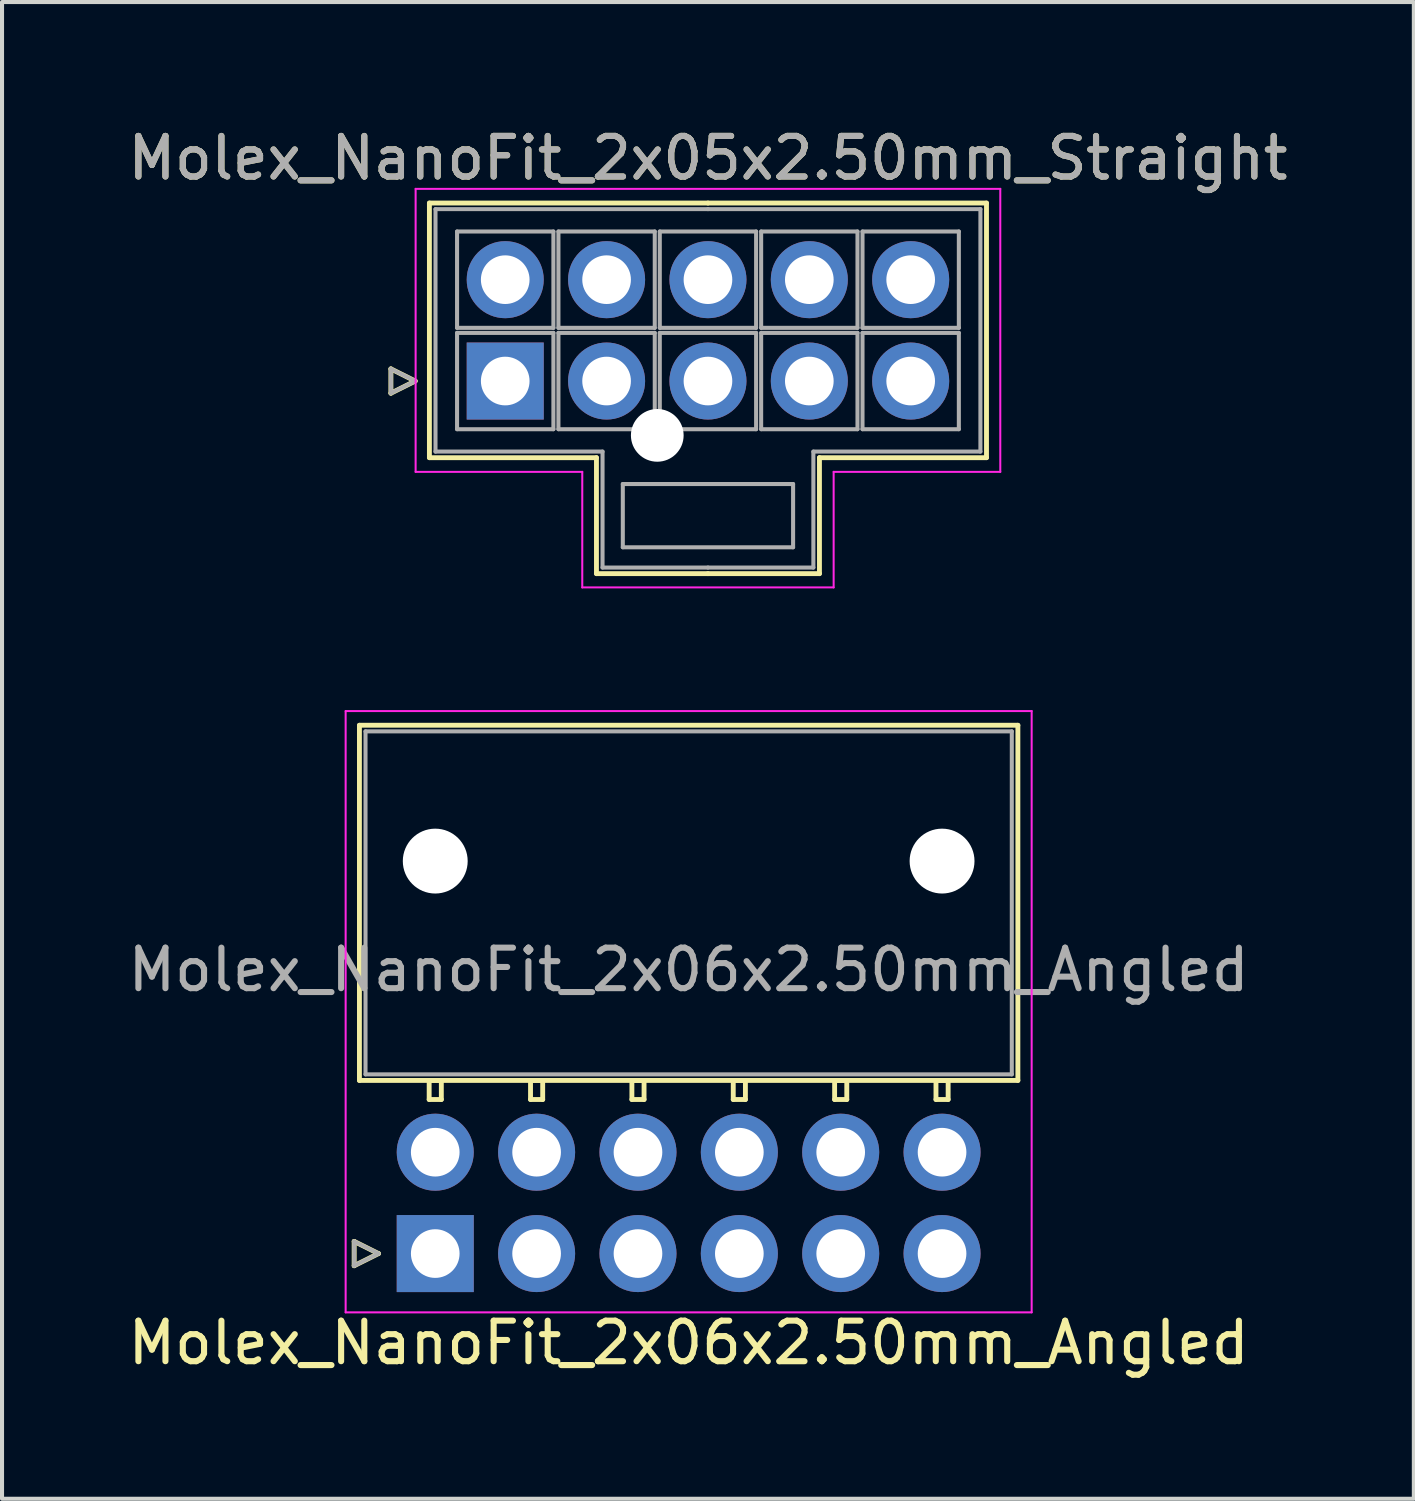
<source format=kicad_pcb>
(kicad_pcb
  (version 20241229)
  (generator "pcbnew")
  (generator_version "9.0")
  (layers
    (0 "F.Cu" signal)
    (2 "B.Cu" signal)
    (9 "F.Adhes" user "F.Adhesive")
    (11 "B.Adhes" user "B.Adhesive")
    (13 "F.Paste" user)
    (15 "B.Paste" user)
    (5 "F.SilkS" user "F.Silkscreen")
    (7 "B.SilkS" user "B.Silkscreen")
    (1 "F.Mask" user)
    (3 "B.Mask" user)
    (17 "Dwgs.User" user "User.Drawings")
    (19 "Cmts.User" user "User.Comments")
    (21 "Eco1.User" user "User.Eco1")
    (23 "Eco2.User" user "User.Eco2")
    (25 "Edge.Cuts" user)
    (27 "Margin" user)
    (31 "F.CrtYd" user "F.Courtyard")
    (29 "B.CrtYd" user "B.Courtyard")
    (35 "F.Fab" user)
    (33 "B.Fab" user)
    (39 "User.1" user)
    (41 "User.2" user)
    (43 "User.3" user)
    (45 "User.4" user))
  (footprint "Molex_NanoFit_2x06x2.50mm_Angled"
    (layer "F.Cu")
    (at 7.685 27.868)
    (property "Reference" "Molex_NanoFit_2x06x2.50mm_Angled" (at 6.25 2.2 0) (layer "F.SilkS") (effects (font (size 1 1) (thickness 0.15))))
    (attr through_hole)
    (fp_line (start -2 -0.3) (end -1.4 0) (stroke (width 0.12) (type solid)) (layer "F.SilkS"))
    (fp_line (start -2 0.3) (end -2 -0.3) (stroke (width 0.12) (type solid)) (layer "F.SilkS"))
    (fp_line (start -1.87 -13.03) (end -1.87 -4.27) (stroke (width 0.12) (type solid)) (layer "F.SilkS"))
    (fp_line (start -1.87 -4.27) (end 14.37 -4.27) (stroke (width 0.12) (type solid)) (layer "F.SilkS"))
    (fp_line (start -1.4 0) (end -2 0.3) (stroke (width 0.12) (type solid)) (layer "F.SilkS"))
    (fp_line (start -0.15 -4.27) (end -0.15 -3.8) (stroke (width 0.12) (type solid)) (layer "F.SilkS"))
    (fp_line (start -0.15 -3.8) (end 0.15 -3.8) (stroke (width 0.12) (type solid)) (layer "F.SilkS"))
    (fp_line (start 0.15 -4.27) (end -0.15 -4.27) (stroke (width 0.12) (type solid)) (layer "F.SilkS"))
    (fp_line (start 0.15 -3.8) (end 0.15 -4.27) (stroke (width 0.12) (type solid)) (layer "F.SilkS"))
    (fp_line (start 2.35 -4.27) (end 2.35 -3.8) (stroke (width 0.12) (type solid)) (layer "F.SilkS"))
    (fp_line (start 2.35 -3.8) (end 2.65 -3.8) (stroke (width 0.12) (type solid)) (layer "F.SilkS"))
    (fp_line (start 2.65 -4.27) (end 2.35 -4.27) (stroke (width 0.12) (type solid)) (layer "F.SilkS"))
    (fp_line (start 2.65 -3.8) (end 2.65 -4.27) (stroke (width 0.12) (type solid)) (layer "F.SilkS"))
    (fp_line (start 4.85 -4.27) (end 4.85 -3.8) (stroke (width 0.12) (type solid)) (layer "F.SilkS"))
    (fp_line (start 4.85 -3.8) (end 5.15 -3.8) (stroke (width 0.12) (type solid)) (layer "F.SilkS"))
    (fp_line (start 5.15 -4.27) (end 4.85 -4.27) (stroke (width 0.12) (type solid)) (layer "F.SilkS"))
    (fp_line (start 5.15 -3.8) (end 5.15 -4.27) (stroke (width 0.12) (type solid)) (layer "F.SilkS"))
    (fp_line (start 7.35 -4.27) (end 7.35 -3.8) (stroke (width 0.12) (type solid)) (layer "F.SilkS"))
    (fp_line (start 7.35 -3.8) (end 7.65 -3.8) (stroke (width 0.12) (type solid)) (layer "F.SilkS"))
    (fp_line (start 7.65 -4.27) (end 7.35 -4.27) (stroke (width 0.12) (type solid)) (layer "F.SilkS"))
    (fp_line (start 7.65 -3.8) (end 7.65 -4.27) (stroke (width 0.12) (type solid)) (layer "F.SilkS"))
    (fp_line (start 9.85 -4.27) (end 9.85 -3.8) (stroke (width 0.12) (type solid)) (layer "F.SilkS"))
    (fp_line (start 9.85 -3.8) (end 10.15 -3.8) (stroke (width 0.12) (type solid)) (layer "F.SilkS"))
    (fp_line (start 10.15 -4.27) (end 9.85 -4.27) (stroke (width 0.12) (type solid)) (layer "F.SilkS"))
    (fp_line (start 10.15 -3.8) (end 10.15 -4.27) (stroke (width 0.12) (type solid)) (layer "F.SilkS"))
    (fp_line (start 12.35 -4.27) (end 12.35 -3.8) (stroke (width 0.12) (type solid)) (layer "F.SilkS"))
    (fp_line (start 12.35 -3.8) (end 12.65 -3.8) (stroke (width 0.12) (type solid)) (layer "F.SilkS"))
    (fp_line (start 12.65 -4.27) (end 12.35 -4.27) (stroke (width 0.12) (type solid)) (layer "F.SilkS"))
    (fp_line (start 12.65 -3.8) (end 12.65 -4.27) (stroke (width 0.12) (type solid)) (layer "F.SilkS"))
    (fp_line (start 14.37 -13.03) (end -1.87 -13.03) (stroke (width 0.12) (type solid)) (layer "F.SilkS"))
    (fp_line (start 14.37 -4.27) (end 14.37 -13.03) (stroke (width 0.12) (type solid)) (layer "F.SilkS"))
    (fp_line (start -2.21 -13.38) (end -2.21 1.45) (stroke (width 0.05) (type solid)) (layer "F.CrtYd"))
    (fp_line (start -2.21 1.45) (end 14.71 1.45) (stroke (width 0.05) (type solid)) (layer "F.CrtYd"))
    (fp_line (start 14.71 -13.38) (end -2.21 -13.38) (stroke (width 0.05) (type solid)) (layer "F.CrtYd"))
    (fp_line (start 14.71 1.45) (end 14.71 -13.38) (stroke (width 0.05) (type solid)) (layer "F.CrtYd"))
    (fp_line (start -2 -0.3) (end -1.4 0) (stroke (width 0.1) (type solid)) (layer "F.Fab"))
    (fp_line (start -2 0.3) (end -2 -0.3) (stroke (width 0.1) (type solid)) (layer "F.Fab"))
    (fp_line (start -1.72 -12.88) (end -1.72 -4.42) (stroke (width 0.1) (type solid)) (layer "F.Fab"))
    (fp_line (start -1.72 -4.42) (end 14.22 -4.42) (stroke (width 0.1) (type solid)) (layer "F.Fab"))
    (fp_line (start -1.4 0) (end -2 0.3) (stroke (width 0.1) (type solid)) (layer "F.Fab"))
    (fp_line (start 14.22 -12.88) (end -1.72 -12.88) (stroke (width 0.1) (type solid)) (layer "F.Fab"))
    (fp_line (start 14.22 -4.42) (end 14.22 -12.88) (stroke (width 0.1) (type solid)) (layer "F.Fab"))
    (fp_text user "${REFERENCE}" (at 6.25 -7 0) (layer "F.Fab") (effects (font (size 1 1) (thickness 0.15))))
    (pad "" np_thru_hole circle (at 0 -9.68) (size 1.6 1.6) (drill 1.6) (layers "*.Cu" "*.Mask"))
    (pad "" np_thru_hole circle (at 12.5 -9.68) (size 1.6 1.6) (drill 1.6) (layers "*.Cu" "*.Mask"))
    (pad "1" thru_hole rect (at 0 0) (size 1.9 1.9) (drill 1.2) (layers "*.Cu" "*.Mask"))
    (pad "2" thru_hole circle (at 2.5 0) (size 1.9 1.9) (drill 1.2) (layers "*.Cu" "*.Mask"))
    (pad "3" thru_hole circle (at 5 0) (size 1.9 1.9) (drill 1.2) (layers "*.Cu" "*.Mask"))
    (pad "4" thru_hole circle (at 7.5 0) (size 1.9 1.9) (drill 1.2) (layers "*.Cu" "*.Mask"))
    (pad "5" thru_hole circle (at 10 0) (size 1.9 1.9) (drill 1.2) (layers "*.Cu" "*.Mask"))
    (pad "6" thru_hole circle (at 12.5 0) (size 1.9 1.9) (drill 1.2) (layers "*.Cu" "*.Mask"))
    (pad "7" thru_hole circle (at 0 -2.5) (size 1.9 1.9) (drill 1.2) (layers "*.Cu" "*.Mask"))
    (pad "8" thru_hole circle (at 2.5 -2.5) (size 1.9 1.9) (drill 1.2) (layers "*.Cu" "*.Mask"))
    (pad "9" thru_hole circle (at 5 -2.5) (size 1.9 1.9) (drill 1.2) (layers "*.Cu" "*.Mask"))
    (pad "10" thru_hole circle (at 7.5 -2.5) (size 1.9 1.9) (drill 1.2) (layers "*.Cu" "*.Mask"))
    (pad "11" thru_hole circle (at 10 -2.5) (size 1.9 1.9) (drill 1.2) (layers "*.Cu" "*.Mask"))
    (pad "12" thru_hole circle (at 12.5 -2.5) (size 1.9 1.9) (drill 1.2) (layers "*.Cu" "*.Mask")))
  (footprint "Molex_NanoFit_2x05x2.50mm_Straight"
    (layer "F.Cu")
    (at 9.411 6.348)
    (property "Reference" "Molex_NanoFit_2x05x2.50mm_Straight" (at 5 -5.5 0) (layer "F.SilkS") (effects (font (size 1 1) (thickness 0.15))))
    (attr through_hole)
    (fp_line (start -2.82 -0.3) (end -2.22 0) (stroke (width 0.12) (type solid)) (layer "F.SilkS"))
    (fp_line (start -2.82 0.3) (end -2.82 -0.3) (stroke (width 0.12) (type solid)) (layer "F.SilkS"))
    (fp_line (start -2.22 0) (end -2.82 0.3) (stroke (width 0.12) (type solid)) (layer "F.SilkS"))
    (fp_line (start -1.87 -4.39) (end -1.87 1.89) (stroke (width 0.12) (type solid)) (layer "F.SilkS"))
    (fp_line (start -1.87 1.89) (end 2.25 1.89) (stroke (width 0.12) (type solid)) (layer "F.SilkS"))
    (fp_line (start 2.25 1.89) (end 2.25 4.75) (stroke (width 0.12) (type solid)) (layer "F.SilkS"))
    (fp_line (start 2.25 4.75) (end 5 4.75) (stroke (width 0.12) (type solid)) (layer "F.SilkS"))
    (fp_line (start 5 -4.39) (end -1.87 -4.39) (stroke (width 0.12) (type solid)) (layer "F.SilkS"))
    (fp_line (start 5 -4.39) (end 11.87 -4.39) (stroke (width 0.12) (type solid)) (layer "F.SilkS"))
    (fp_line (start 7.75 1.89) (end 7.75 4.75) (stroke (width 0.12) (type solid)) (layer "F.SilkS"))
    (fp_line (start 7.75 4.75) (end 5 4.75) (stroke (width 0.12) (type solid)) (layer "F.SilkS"))
    (fp_line (start 11.87 -4.39) (end 11.87 1.89) (stroke (width 0.12) (type solid)) (layer "F.SilkS"))
    (fp_line (start 11.87 1.89) (end 7.75 1.89) (stroke (width 0.12) (type solid)) (layer "F.SilkS"))
    (fp_line (start -2.21 -4.74) (end -2.21 2.24) (stroke (width 0.05) (type solid)) (layer "F.CrtYd"))
    (fp_line (start -2.21 2.24) (end 1.9 2.24) (stroke (width 0.05) (type solid)) (layer "F.CrtYd"))
    (fp_line (start 1.9 2.24) (end 1.9 5.09) (stroke (width 0.05) (type solid)) (layer "F.CrtYd"))
    (fp_line (start 1.9 5.09) (end 8.1 5.09) (stroke (width 0.05) (type solid)) (layer "F.CrtYd"))
    (fp_line (start 8.1 2.24) (end 12.21 2.24) (stroke (width 0.05) (type solid)) (layer "F.CrtYd"))
    (fp_line (start 8.1 5.09) (end 8.1 2.24) (stroke (width 0.05) (type solid)) (layer "F.CrtYd"))
    (fp_line (start 12.21 -4.74) (end -2.21 -4.74) (stroke (width 0.05) (type solid)) (layer "F.CrtYd"))
    (fp_line (start 12.21 2.24) (end 12.21 -4.74) (stroke (width 0.05) (type solid)) (layer "F.CrtYd"))
    (fp_line (start -2.82 -0.3) (end -2.22 0) (stroke (width 0.1) (type solid)) (layer "F.Fab"))
    (fp_line (start -2.82 0.3) (end -2.82 -0.3) (stroke (width 0.1) (type solid)) (layer "F.Fab"))
    (fp_line (start -2.22 0) (end -2.82 0.3) (stroke (width 0.1) (type solid)) (layer "F.Fab"))
    (fp_line (start -1.72 -4.24) (end -1.72 1.74) (stroke (width 0.1) (type solid)) (layer "F.Fab"))
    (fp_line (start -1.72 1.74) (end 2.4 1.74) (stroke (width 0.1) (type solid)) (layer "F.Fab"))
    (fp_line (start -1.188 -3.688) (end -1.188 -1.312) (stroke (width 0.1) (type solid)) (layer "F.Fab"))
    (fp_line (start -1.188 -1.312) (end 1.188 -1.312) (stroke (width 0.1) (type solid)) (layer "F.Fab"))
    (fp_line (start -1.188 -1.188) (end -1.188 1.188) (stroke (width 0.1) (type solid)) (layer "F.Fab"))
    (fp_line (start -1.188 1.188) (end 1.188 1.188) (stroke (width 0.1) (type solid)) (layer "F.Fab"))
    (fp_line (start 1.188 -3.688) (end -1.188 -3.688) (stroke (width 0.1) (type solid)) (layer "F.Fab"))
    (fp_line (start 1.188 -1.312) (end 1.188 -3.688) (stroke (width 0.1) (type solid)) (layer "F.Fab"))
    (fp_line (start 1.188 -1.188) (end -1.188 -1.188) (stroke (width 0.1) (type solid)) (layer "F.Fab"))
    (fp_line (start 1.188 1.188) (end 1.188 -1.188) (stroke (width 0.1) (type solid)) (layer "F.Fab"))
    (fp_line (start 1.312 -3.688) (end 1.312 -1.312) (stroke (width 0.1) (type solid)) (layer "F.Fab"))
    (fp_line (start 1.312 -1.312) (end 3.688 -1.312) (stroke (width 0.1) (type solid)) (layer "F.Fab"))
    (fp_line (start 1.312 -1.188) (end 1.312 1.188) (stroke (width 0.1) (type solid)) (layer "F.Fab"))
    (fp_line (start 1.312 1.188) (end 3.688 1.188) (stroke (width 0.1) (type solid)) (layer "F.Fab"))
    (fp_line (start 2.4 1.74) (end 2.4 4.6) (stroke (width 0.1) (type solid)) (layer "F.Fab"))
    (fp_line (start 2.4 4.6) (end 5 4.6) (stroke (width 0.1) (type solid)) (layer "F.Fab"))
    (fp_line (start 2.9 2.54) (end 2.9 4.1) (stroke (width 0.1) (type solid)) (layer "F.Fab"))
    (fp_line (start 2.9 4.1) (end 7.1 4.1) (stroke (width 0.1) (type solid)) (layer "F.Fab"))
    (fp_line (start 3.688 -3.688) (end 1.312 -3.688) (stroke (width 0.1) (type solid)) (layer "F.Fab"))
    (fp_line (start 3.688 -1.312) (end 3.688 -3.688) (stroke (width 0.1) (type solid)) (layer "F.Fab"))
    (fp_line (start 3.688 -1.188) (end 1.312 -1.188) (stroke (width 0.1) (type solid)) (layer "F.Fab"))
    (fp_line (start 3.688 1.188) (end 3.688 -1.188) (stroke (width 0.1) (type solid)) (layer "F.Fab"))
    (fp_line (start 3.812 -3.688) (end 3.812 -1.312) (stroke (width 0.1) (type solid)) (layer "F.Fab"))
    (fp_line (start 3.812 -1.312) (end 6.188 -1.312) (stroke (width 0.1) (type solid)) (layer "F.Fab"))
    (fp_line (start 3.812 -1.188) (end 3.812 1.188) (stroke (width 0.1) (type solid)) (layer "F.Fab"))
    (fp_line (start 3.812 1.188) (end 6.188 1.188) (stroke (width 0.1) (type solid)) (layer "F.Fab"))
    (fp_line (start 5 -4.24) (end -1.72 -4.24) (stroke (width 0.1) (type solid)) (layer "F.Fab"))
    (fp_line (start 5 -4.24) (end 11.72 -4.24) (stroke (width 0.1) (type solid)) (layer "F.Fab"))
    (fp_line (start 6.188 -3.688) (end 3.812 -3.688) (stroke (width 0.1) (type solid)) (layer "F.Fab"))
    (fp_line (start 6.188 -1.312) (end 6.188 -3.688) (stroke (width 0.1) (type solid)) (layer "F.Fab"))
    (fp_line (start 6.188 -1.188) (end 3.812 -1.188) (stroke (width 0.1) (type solid)) (layer "F.Fab"))
    (fp_line (start 6.188 1.188) (end 6.188 -1.188) (stroke (width 0.1) (type solid)) (layer "F.Fab"))
    (fp_line (start 6.312 -3.688) (end 6.312 -1.312) (stroke (width 0.1) (type solid)) (layer "F.Fab"))
    (fp_line (start 6.312 -1.312) (end 8.688 -1.312) (stroke (width 0.1) (type solid)) (layer "F.Fab"))
    (fp_line (start 6.312 -1.188) (end 6.312 1.188) (stroke (width 0.1) (type solid)) (layer "F.Fab"))
    (fp_line (start 6.312 1.188) (end 8.688 1.188) (stroke (width 0.1) (type solid)) (layer "F.Fab"))
    (fp_line (start 7.1 2.54) (end 2.9 2.54) (stroke (width 0.1) (type solid)) (layer "F.Fab"))
    (fp_line (start 7.1 4.1) (end 7.1 2.54) (stroke (width 0.1) (type solid)) (layer "F.Fab"))
    (fp_line (start 7.6 1.74) (end 7.6 4.6) (stroke (width 0.1) (type solid)) (layer "F.Fab"))
    (fp_line (start 7.6 4.6) (end 5 4.6) (stroke (width 0.1) (type solid)) (layer "F.Fab"))
    (fp_line (start 8.688 -3.688) (end 6.312 -3.688) (stroke (width 0.1) (type solid)) (layer "F.Fab"))
    (fp_line (start 8.688 -1.312) (end 8.688 -3.688) (stroke (width 0.1) (type solid)) (layer "F.Fab"))
    (fp_line (start 8.688 -1.188) (end 6.312 -1.188) (stroke (width 0.1) (type solid)) (layer "F.Fab"))
    (fp_line (start 8.688 1.188) (end 8.688 -1.188) (stroke (width 0.1) (type solid)) (layer "F.Fab"))
    (fp_line (start 8.812 -3.688) (end 8.812 -1.312) (stroke (width 0.1) (type solid)) (layer "F.Fab"))
    (fp_line (start 8.812 -1.312) (end 11.188 -1.312) (stroke (width 0.1) (type solid)) (layer "F.Fab"))
    (fp_line (start 8.812 -1.188) (end 8.812 1.188) (stroke (width 0.1) (type solid)) (layer "F.Fab"))
    (fp_line (start 8.812 1.188) (end 11.188 1.188) (stroke (width 0.1) (type solid)) (layer "F.Fab"))
    (fp_line (start 11.188 -3.688) (end 8.812 -3.688) (stroke (width 0.1) (type solid)) (layer "F.Fab"))
    (fp_line (start 11.188 -1.312) (end 11.188 -3.688) (stroke (width 0.1) (type solid)) (layer "F.Fab"))
    (fp_line (start 11.188 -1.188) (end 8.812 -1.188) (stroke (width 0.1) (type solid)) (layer "F.Fab"))
    (fp_line (start 11.188 1.188) (end 11.188 -1.188) (stroke (width 0.1) (type solid)) (layer "F.Fab"))
    (fp_line (start 11.72 -4.24) (end 11.72 1.74) (stroke (width 0.1) (type solid)) (layer "F.Fab"))
    (fp_line (start 11.72 1.74) (end 7.6 1.74) (stroke (width 0.1) (type solid)) (layer "F.Fab"))
    (fp_text user "${REFERENCE}" (at 5 -5.5 0) (layer "F.Fab") (effects (font (size 1 1) (thickness 0.15))))
    (pad "" np_thru_hole circle (at 3.75 1.34) (size 1.3 1.3) (drill 1.3) (layers "*.Cu" "*.Mask"))
    (pad "1" thru_hole rect (at 0 0) (size 1.9 1.9) (drill 1.2) (layers "*.Cu" "*.Mask"))
    (pad "2" thru_hole circle (at 2.5 0) (size 1.9 1.9) (drill 1.2) (layers "*.Cu" "*.Mask"))
    (pad "3" thru_hole circle (at 5 0) (size 1.9 1.9) (drill 1.2) (layers "*.Cu" "*.Mask"))
    (pad "4" thru_hole circle (at 7.5 0) (size 1.9 1.9) (drill 1.2) (layers "*.Cu" "*.Mask"))
    (pad "5" thru_hole circle (at 10 0) (size 1.9 1.9) (drill 1.2) (layers "*.Cu" "*.Mask"))
    (pad "6" thru_hole circle (at 0 -2.5) (size 1.9 1.9) (drill 1.2) (layers "*.Cu" "*.Mask"))
    (pad "7" thru_hole circle (at 2.5 -2.5) (size 1.9 1.9) (drill 1.2) (layers "*.Cu" "*.Mask"))
    (pad "8" thru_hole circle (at 5 -2.5) (size 1.9 1.9) (drill 1.2) (layers "*.Cu" "*.Mask"))
    (pad "9" thru_hole circle (at 7.5 -2.5) (size 1.9 1.9) (drill 1.2) (layers "*.Cu" "*.Mask"))
    (pad "10" thru_hole circle (at 10 -2.5) (size 1.9 1.9) (drill 1.2) (layers "*.Cu" "*.Mask")))
  (gr_rect
    (start -3 -3)
    (end 31.821 33.916)
    (stroke (width 0.1) (type default))
    (fill no)
    (layer "Edge.Cuts")))
</source>
